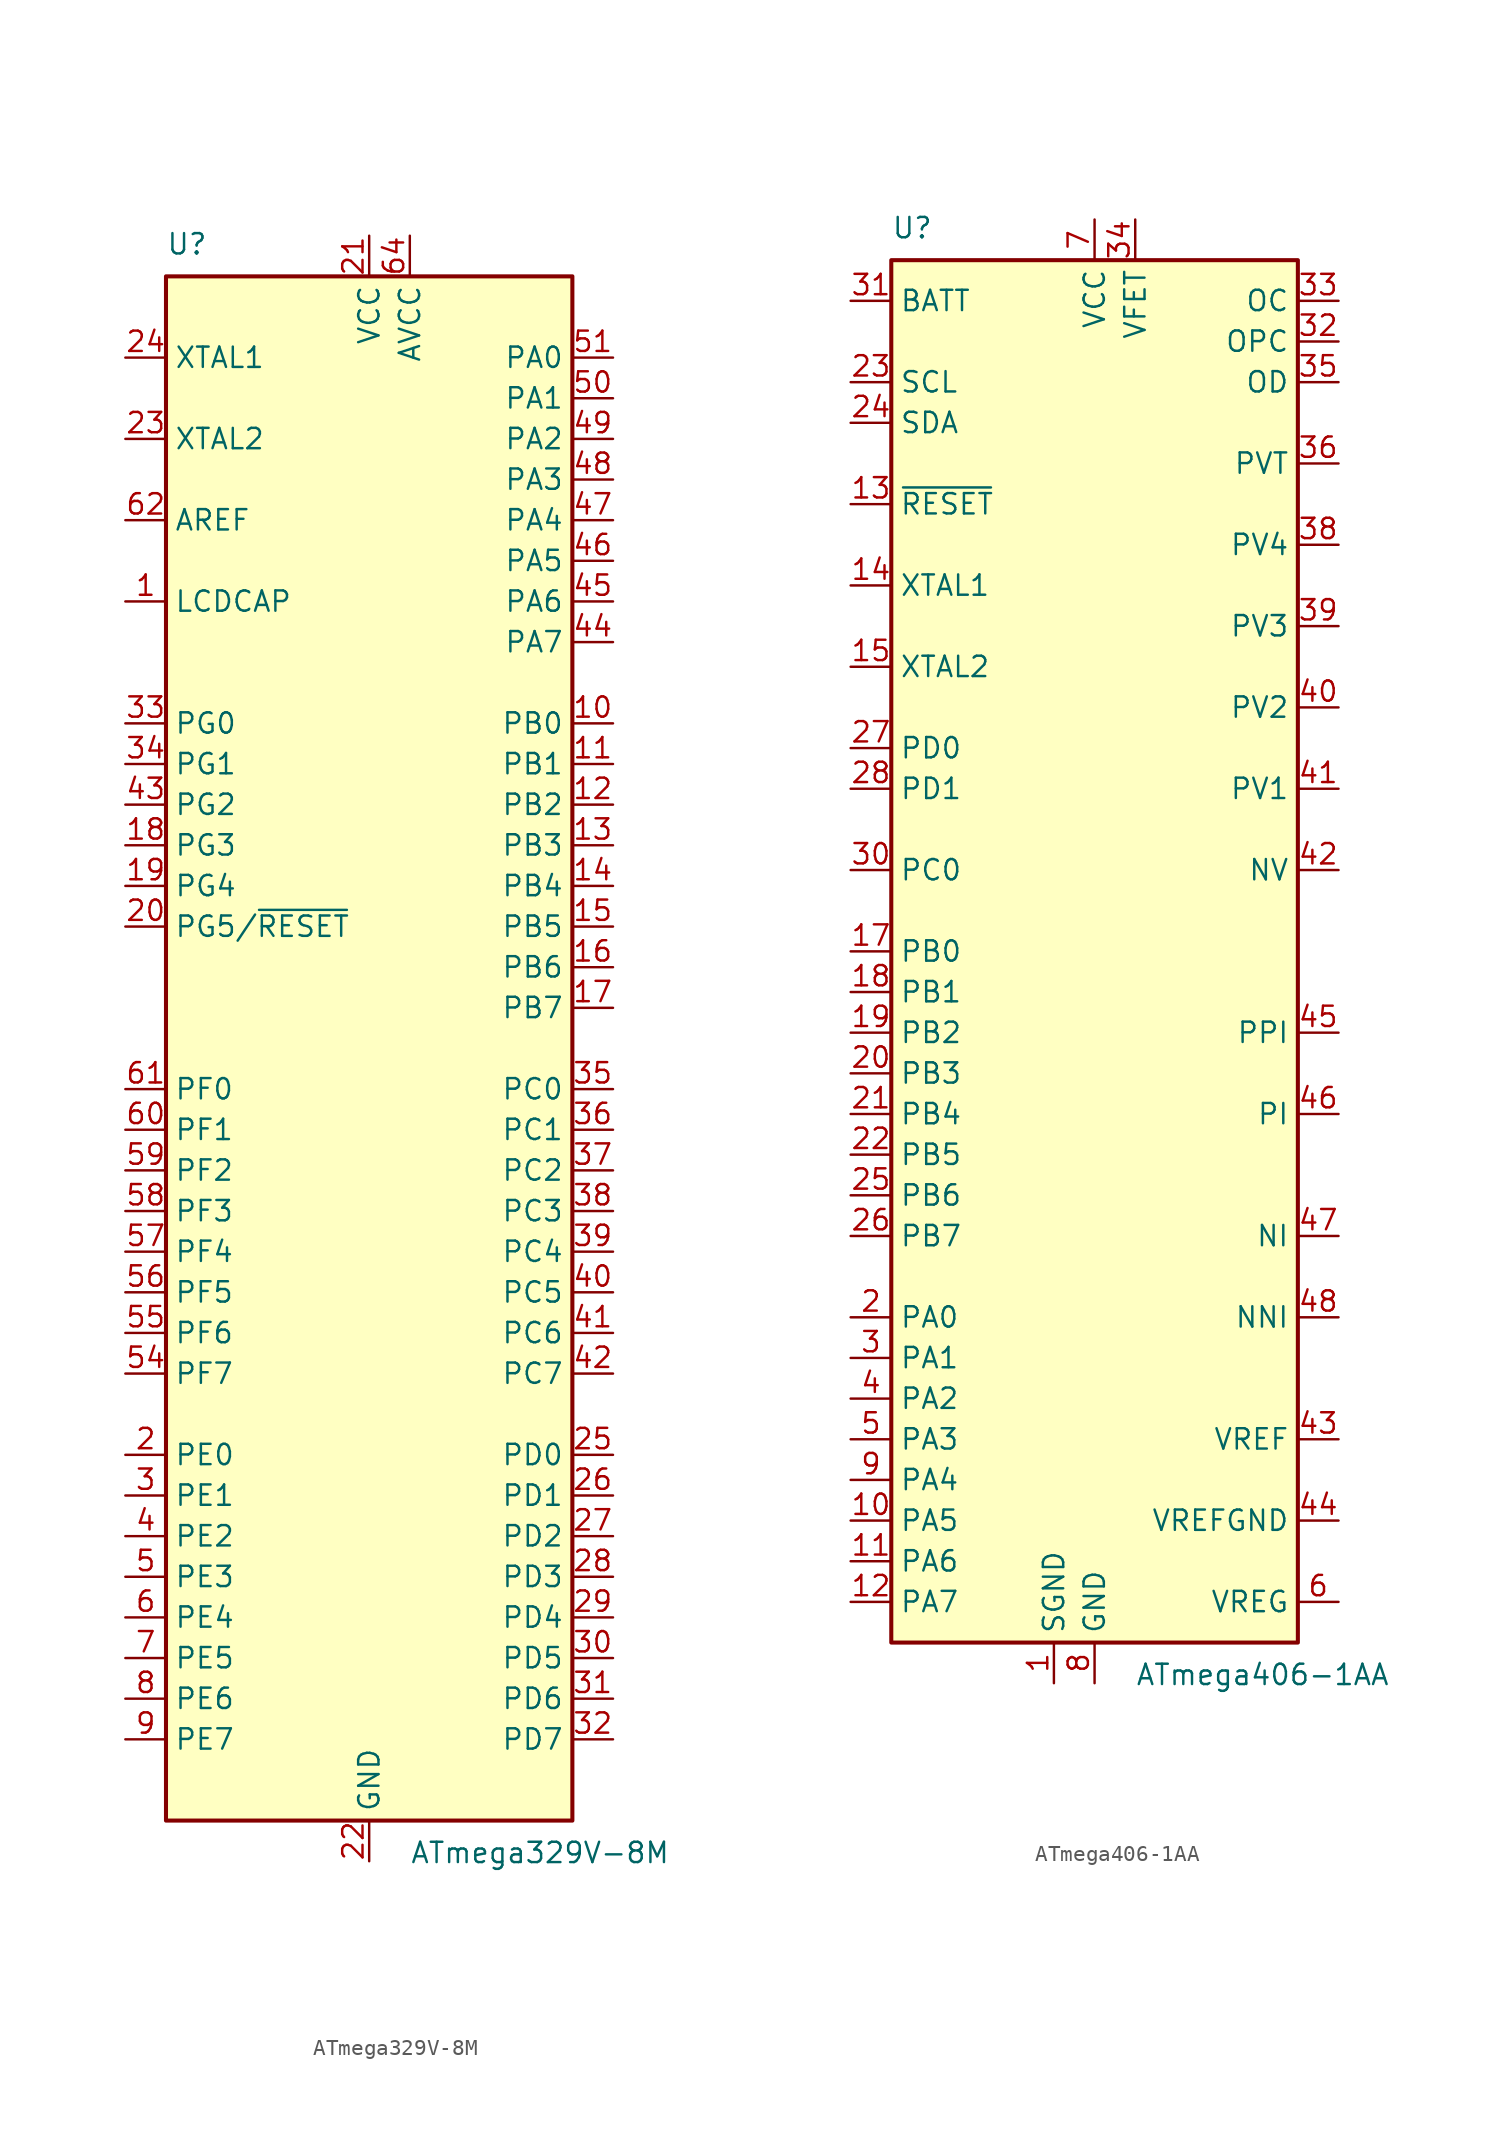
<source format=kicad_sym>
(kicad_symbol_lib
  (version 20241209)
  (generator "kicad_symbol_editor")
  (generator_version "9.0")
  (symbol "ATmega329V-8M"
    (property "Reference" "U"
      (at -12.7 49.53 0)
      (effects (font (size 1.27 1.27)) (justify left bottom)))
    (property "Value" "ATmega329V-8M"
      (at 2.54 -49.53 0)
      (effects (font (size 1.27 1.27)) (justify left top)))
    (symbol "ATmega329V-8M_0_1"
      (rectangle (start -12.7 -48.26) (end 12.7 48.26) (stroke (width 0.254) (type default)) (fill (type background))))
    (symbol "ATmega329V-8M_1_1"
      (pin input line (at -15.24 43.18 0) (length 2.54) (name "XTAL1" (effects (font (size 1.27 1.27)))) (number "24" (effects (font (size 1.27 1.27)))))
      (pin output line (at -15.24 38.1 0) (length 2.54) (name "XTAL2" (effects (font (size 1.27 1.27)))) (number "23" (effects (font (size 1.27 1.27)))))
      (pin passive line (at -15.24 33.02 0) (length 2.54) (name "AREF" (effects (font (size 1.27 1.27)))) (number "62" (effects (font (size 1.27 1.27)))))
      (pin passive line (at -15.24 27.94 0) (length 2.54) (name "LCDCAP" (effects (font (size 1.27 1.27)))) (number "1" (effects (font (size 1.27 1.27)))))
      (pin bidirectional line (at -15.24 20.32 0) (length 2.54) (name "PG0" (effects (font (size 1.27 1.27)))) (number "33" (effects (font (size 1.27 1.27)))))
      (pin bidirectional line (at -15.24 17.78 0) (length 2.54) (name "PG1" (effects (font (size 1.27 1.27)))) (number "34" (effects (font (size 1.27 1.27)))))
      (pin bidirectional line (at -15.24 15.24 0) (length 2.54) (name "PG2" (effects (font (size 1.27 1.27)))) (number "43" (effects (font (size 1.27 1.27)))))
      (pin bidirectional line (at -15.24 12.7 0) (length 2.54) (name "PG3" (effects (font (size 1.27 1.27)))) (number "18" (effects (font (size 1.27 1.27)))))
      (pin bidirectional line (at -15.24 10.16 0) (length 2.54) (name "PG4" (effects (font (size 1.27 1.27)))) (number "19" (effects (font (size 1.27 1.27)))))
      (pin bidirectional line (at -15.24 7.62 0) (length 2.54) (name "PG5/~{RESET}" (effects (font (size 1.27 1.27)))) (number "20" (effects (font (size 1.27 1.27)))))
      (pin bidirectional line (at -15.24 -2.54 0) (length 2.54) (name "PF0" (effects (font (size 1.27 1.27)))) (number "61" (effects (font (size 1.27 1.27)))))
      (pin bidirectional line (at -15.24 -5.08 0) (length 2.54) (name "PF1" (effects (font (size 1.27 1.27)))) (number "60" (effects (font (size 1.27 1.27)))))
      (pin bidirectional line (at -15.24 -7.62 0) (length 2.54) (name "PF2" (effects (font (size 1.27 1.27)))) (number "59" (effects (font (size 1.27 1.27)))))
      (pin bidirectional line (at -15.24 -10.16 0) (length 2.54) (name "PF3" (effects (font (size 1.27 1.27)))) (number "58" (effects (font (size 1.27 1.27)))))
      (pin bidirectional line (at -15.24 -12.7 0) (length 2.54) (name "PF4" (effects (font (size 1.27 1.27)))) (number "57" (effects (font (size 1.27 1.27)))))
      (pin bidirectional line (at -15.24 -15.24 0) (length 2.54) (name "PF5" (effects (font (size 1.27 1.27)))) (number "56" (effects (font (size 1.27 1.27)))))
      (pin bidirectional line (at -15.24 -17.78 0) (length 2.54) (name "PF6" (effects (font (size 1.27 1.27)))) (number "55" (effects (font (size 1.27 1.27)))))
      (pin bidirectional line (at -15.24 -20.32 0) (length 2.54) (name "PF7" (effects (font (size 1.27 1.27)))) (number "54" (effects (font (size 1.27 1.27)))))
      (pin bidirectional line (at -15.24 -25.4 0) (length 2.54) (name "PE0" (effects (font (size 1.27 1.27)))) (number "2" (effects (font (size 1.27 1.27)))))
      (pin bidirectional line (at -15.24 -27.94 0) (length 2.54) (name "PE1" (effects (font (size 1.27 1.27)))) (number "3" (effects (font (size 1.27 1.27)))))
      (pin bidirectional line (at -15.24 -30.48 0) (length 2.54) (name "PE2" (effects (font (size 1.27 1.27)))) (number "4" (effects (font (size 1.27 1.27)))))
      (pin bidirectional line (at -15.24 -33.02 0) (length 2.54) (name "PE3" (effects (font (size 1.27 1.27)))) (number "5" (effects (font (size 1.27 1.27)))))
      (pin bidirectional line (at -15.24 -35.56 0) (length 2.54) (name "PE4" (effects (font (size 1.27 1.27)))) (number "6" (effects (font (size 1.27 1.27)))))
      (pin bidirectional line (at -15.24 -38.1 0) (length 2.54) (name "PE5" (effects (font (size 1.27 1.27)))) (number "7" (effects (font (size 1.27 1.27)))))
      (pin bidirectional line (at -15.24 -40.64 0) (length 2.54) (name "PE6" (effects (font (size 1.27 1.27)))) (number "8" (effects (font (size 1.27 1.27)))))
      (pin bidirectional line (at -15.24 -43.18 0) (length 2.54) (name "PE7" (effects (font (size 1.27 1.27)))) (number "9" (effects (font (size 1.27 1.27)))))
      (pin power_in line (at 0 50.8 270) (length 2.54) (name "VCC" (effects (font (size 1.27 1.27)))) (number "21" (effects (font (size 1.27 1.27)))))
      (pin passive line (at 0 50.8 270) (length 2.54) (hide yes) (name "VCC" (effects (font (size 1.27 1.27)))) (number "52" (effects (font (size 1.27 1.27)))))
      (pin power_in line (at 0 -50.8 90) (length 2.54) (name "GND" (effects (font (size 1.27 1.27)))) (number "22" (effects (font (size 1.27 1.27)))))
      (pin passive line (at 0 -50.8 90) (length 2.54) (hide yes) (name "GND" (effects (font (size 1.27 1.27)))) (number "53" (effects (font (size 1.27 1.27)))))
      (pin passive line (at 0 -50.8 90) (length 2.54) (hide yes) (name "GND" (effects (font (size 1.27 1.27)))) (number "63" (effects (font (size 1.27 1.27)))))
      (pin passive line (at 0 -50.8 90) (length 2.54) (hide yes) (name "GND" (effects (font (size 1.27 1.27)))) (number "65" (effects (font (size 1.27 1.27)))))
      (pin power_in line (at 2.54 50.8 270) (length 2.54) (name "AVCC" (effects (font (size 1.27 1.27)))) (number "64" (effects (font (size 1.27 1.27)))))
      (pin bidirectional line (at 15.24 43.18 180) (length 2.54) (name "PA0" (effects (font (size 1.27 1.27)))) (number "51" (effects (font (size 1.27 1.27)))))
      (pin bidirectional line (at 15.24 40.64 180) (length 2.54) (name "PA1" (effects (font (size 1.27 1.27)))) (number "50" (effects (font (size 1.27 1.27)))))
      (pin bidirectional line (at 15.24 38.1 180) (length 2.54) (name "PA2" (effects (font (size 1.27 1.27)))) (number "49" (effects (font (size 1.27 1.27)))))
      (pin bidirectional line (at 15.24 35.56 180) (length 2.54) (name "PA3" (effects (font (size 1.27 1.27)))) (number "48" (effects (font (size 1.27 1.27)))))
      (pin bidirectional line (at 15.24 33.02 180) (length 2.54) (name "PA4" (effects (font (size 1.27 1.27)))) (number "47" (effects (font (size 1.27 1.27)))))
      (pin bidirectional line (at 15.24 30.48 180) (length 2.54) (name "PA5" (effects (font (size 1.27 1.27)))) (number "46" (effects (font (size 1.27 1.27)))))
      (pin bidirectional line (at 15.24 27.94 180) (length 2.54) (name "PA6" (effects (font (size 1.27 1.27)))) (number "45" (effects (font (size 1.27 1.27)))))
      (pin bidirectional line (at 15.24 25.4 180) (length 2.54) (name "PA7" (effects (font (size 1.27 1.27)))) (number "44" (effects (font (size 1.27 1.27)))))
      (pin bidirectional line (at 15.24 20.32 180) (length 2.54) (name "PB0" (effects (font (size 1.27 1.27)))) (number "10" (effects (font (size 1.27 1.27)))))
      (pin bidirectional line (at 15.24 17.78 180) (length 2.54) (name "PB1" (effects (font (size 1.27 1.27)))) (number "11" (effects (font (size 1.27 1.27)))))
      (pin bidirectional line (at 15.24 15.24 180) (length 2.54) (name "PB2" (effects (font (size 1.27 1.27)))) (number "12" (effects (font (size 1.27 1.27)))))
      (pin bidirectional line (at 15.24 12.7 180) (length 2.54) (name "PB3" (effects (font (size 1.27 1.27)))) (number "13" (effects (font (size 1.27 1.27)))))
      (pin bidirectional line (at 15.24 10.16 180) (length 2.54) (name "PB4" (effects (font (size 1.27 1.27)))) (number "14" (effects (font (size 1.27 1.27)))))
      (pin bidirectional line (at 15.24 7.62 180) (length 2.54) (name "PB5" (effects (font (size 1.27 1.27)))) (number "15" (effects (font (size 1.27 1.27)))))
      (pin bidirectional line (at 15.24 5.08 180) (length 2.54) (name "PB6" (effects (font (size 1.27 1.27)))) (number "16" (effects (font (size 1.27 1.27)))))
      (pin bidirectional line (at 15.24 2.54 180) (length 2.54) (name "PB7" (effects (font (size 1.27 1.27)))) (number "17" (effects (font (size 1.27 1.27)))))
      (pin bidirectional line (at 15.24 -2.54 180) (length 2.54) (name "PC0" (effects (font (size 1.27 1.27)))) (number "35" (effects (font (size 1.27 1.27)))))
      (pin bidirectional line (at 15.24 -5.08 180) (length 2.54) (name "PC1" (effects (font (size 1.27 1.27)))) (number "36" (effects (font (size 1.27 1.27)))))
      (pin bidirectional line (at 15.24 -7.62 180) (length 2.54) (name "PC2" (effects (font (size 1.27 1.27)))) (number "37" (effects (font (size 1.27 1.27)))))
      (pin bidirectional line (at 15.24 -10.16 180) (length 2.54) (name "PC3" (effects (font (size 1.27 1.27)))) (number "38" (effects (font (size 1.27 1.27)))))
      (pin bidirectional line (at 15.24 -12.7 180) (length 2.54) (name "PC4" (effects (font (size 1.27 1.27)))) (number "39" (effects (font (size 1.27 1.27)))))
      (pin bidirectional line (at 15.24 -15.24 180) (length 2.54) (name "PC5" (effects (font (size 1.27 1.27)))) (number "40" (effects (font (size 1.27 1.27)))))
      (pin bidirectional line (at 15.24 -17.78 180) (length 2.54) (name "PC6" (effects (font (size 1.27 1.27)))) (number "41" (effects (font (size 1.27 1.27)))))
      (pin bidirectional line (at 15.24 -20.32 180) (length 2.54) (name "PC7" (effects (font (size 1.27 1.27)))) (number "42" (effects (font (size 1.27 1.27)))))
      (pin bidirectional line (at 15.24 -25.4 180) (length 2.54) (name "PD0" (effects (font (size 1.27 1.27)))) (number "25" (effects (font (size 1.27 1.27)))))
      (pin bidirectional line (at 15.24 -27.94 180) (length 2.54) (name "PD1" (effects (font (size 1.27 1.27)))) (number "26" (effects (font (size 1.27 1.27)))))
      (pin bidirectional line (at 15.24 -30.48 180) (length 2.54) (name "PD2" (effects (font (size 1.27 1.27)))) (number "27" (effects (font (size 1.27 1.27)))))
      (pin bidirectional line (at 15.24 -33.02 180) (length 2.54) (name "PD3" (effects (font (size 1.27 1.27)))) (number "28" (effects (font (size 1.27 1.27)))))
      (pin bidirectional line (at 15.24 -35.56 180) (length 2.54) (name "PD4" (effects (font (size 1.27 1.27)))) (number "29" (effects (font (size 1.27 1.27)))))
      (pin bidirectional line (at 15.24 -38.1 180) (length 2.54) (name "PD5" (effects (font (size 1.27 1.27)))) (number "30" (effects (font (size 1.27 1.27)))))
      (pin bidirectional line (at 15.24 -40.64 180) (length 2.54) (name "PD6" (effects (font (size 1.27 1.27)))) (number "31" (effects (font (size 1.27 1.27)))))
      (pin bidirectional line (at 15.24 -43.18 180) (length 2.54) (name "PD7" (effects (font (size 1.27 1.27)))) (number "32" (effects (font (size 1.27 1.27)))))))
  (symbol "ATmega406-1AA"
    (property "Reference" "U"
      (at -12.7 44.45 0)
      (effects (font (size 1.27 1.27)) (justify left bottom)))
    (property "Value" "ATmega406-1AA"
      (at 2.54 -44.45 0)
      (effects (font (size 1.27 1.27)) (justify left top)))
    (symbol "ATmega406-1AA_1_1"
      (rectangle (start -12.7 43.18) (end 12.7 -43.18) (stroke (width 0.254) (type default)) (fill (type background)))
      (pin input line (at -15.24 40.64 0) (length 2.54) (name "BATT" (effects (font (size 1.27 1.27)))) (number "31" (effects (font (size 1.27 1.27)))))
      (pin input line (at -15.24 35.56 0) (length 2.54) (name "SCL" (effects (font (size 1.27 1.27)))) (number "23" (effects (font (size 1.27 1.27)))))
      (pin bidirectional line (at -15.24 33.02 0) (length 2.54) (name "SDA" (effects (font (size 1.27 1.27)))) (number "24" (effects (font (size 1.27 1.27)))))
      (pin input line (at -15.24 27.94 0) (length 2.54) (name "~{RESET}" (effects (font (size 1.27 1.27)))) (number "13" (effects (font (size 1.27 1.27)))))
      (pin input line (at -15.24 22.86 0) (length 2.54) (name "XTAL1" (effects (font (size 1.27 1.27)))) (number "14" (effects (font (size 1.27 1.27)))))
      (pin output line (at -15.24 17.78 0) (length 2.54) (name "XTAL2" (effects (font (size 1.27 1.27)))) (number "15" (effects (font (size 1.27 1.27)))))
      (pin bidirectional line (at -15.24 12.7 0) (length 2.54) (name "PD0" (effects (font (size 1.27 1.27)))) (number "27" (effects (font (size 1.27 1.27)))))
      (pin bidirectional line (at -15.24 10.16 0) (length 2.54) (name "PD1" (effects (font (size 1.27 1.27)))) (number "28" (effects (font (size 1.27 1.27)))))
      (pin open_collector line (at -15.24 5.08 0) (length 2.54) (name "PC0" (effects (font (size 1.27 1.27)))) (number "30" (effects (font (size 1.27 1.27)))))
      (pin bidirectional line (at -15.24 0 0) (length 2.54) (name "PB0" (effects (font (size 1.27 1.27)))) (number "17" (effects (font (size 1.27 1.27)))))
      (pin bidirectional line (at -15.24 -2.54 0) (length 2.54) (name "PB1" (effects (font (size 1.27 1.27)))) (number "18" (effects (font (size 1.27 1.27)))))
      (pin bidirectional line (at -15.24 -5.08 0) (length 2.54) (name "PB2" (effects (font (size 1.27 1.27)))) (number "19" (effects (font (size 1.27 1.27)))))
      (pin bidirectional line (at -15.24 -7.62 0) (length 2.54) (name "PB3" (effects (font (size 1.27 1.27)))) (number "20" (effects (font (size 1.27 1.27)))))
      (pin bidirectional line (at -15.24 -10.16 0) (length 2.54) (name "PB4" (effects (font (size 1.27 1.27)))) (number "21" (effects (font (size 1.27 1.27)))))
      (pin bidirectional line (at -15.24 -12.7 0) (length 2.54) (name "PB5" (effects (font (size 1.27 1.27)))) (number "22" (effects (font (size 1.27 1.27)))))
      (pin bidirectional line (at -15.24 -15.24 0) (length 2.54) (name "PB6" (effects (font (size 1.27 1.27)))) (number "25" (effects (font (size 1.27 1.27)))))
      (pin bidirectional line (at -15.24 -17.78 0) (length 2.54) (name "PB7" (effects (font (size 1.27 1.27)))) (number "26" (effects (font (size 1.27 1.27)))))
      (pin bidirectional line (at -15.24 -22.86 0) (length 2.54) (name "PA0" (effects (font (size 1.27 1.27)))) (number "2" (effects (font (size 1.27 1.27)))))
      (pin bidirectional line (at -15.24 -25.4 0) (length 2.54) (name "PA1" (effects (font (size 1.27 1.27)))) (number "3" (effects (font (size 1.27 1.27)))))
      (pin bidirectional line (at -15.24 -27.94 0) (length 2.54) (name "PA2" (effects (font (size 1.27 1.27)))) (number "4" (effects (font (size 1.27 1.27)))))
      (pin bidirectional line (at -15.24 -30.48 0) (length 2.54) (name "PA3" (effects (font (size 1.27 1.27)))) (number "5" (effects (font (size 1.27 1.27)))))
      (pin bidirectional line (at -15.24 -33.02 0) (length 2.54) (name "PA4" (effects (font (size 1.27 1.27)))) (number "9" (effects (font (size 1.27 1.27)))))
      (pin bidirectional line (at -15.24 -35.56 0) (length 2.54) (name "PA5" (effects (font (size 1.27 1.27)))) (number "10" (effects (font (size 1.27 1.27)))))
      (pin bidirectional line (at -15.24 -38.1 0) (length 2.54) (name "PA6" (effects (font (size 1.27 1.27)))) (number "11" (effects (font (size 1.27 1.27)))))
      (pin bidirectional line (at -15.24 -40.64 0) (length 2.54) (name "PA7" (effects (font (size 1.27 1.27)))) (number "12" (effects (font (size 1.27 1.27)))))
      (pin power_in line (at -2.54 -45.72 90) (length 2.54) (name "SGND" (effects (font (size 1.27 1.27)))) (number "1" (effects (font (size 1.27 1.27)))))
      (pin power_in line (at 0 45.72 270) (length 2.54) (name "VCC" (effects (font (size 1.27 1.27)))) (number "7" (effects (font (size 1.27 1.27)))))
      (pin passive line (at 0 -45.72 90) (length 2.54) (hide yes) (name "GND" (effects (font (size 1.27 1.27)))) (number "16" (effects (font (size 1.27 1.27)))))
      (pin passive line (at 0 -45.72 90) (length 2.54) (hide yes) (name "GND" (effects (font (size 1.27 1.27)))) (number "29" (effects (font (size 1.27 1.27)))))
      (pin passive line (at 0 -45.72 90) (length 2.54) (hide yes) (name "GND" (effects (font (size 1.27 1.27)))) (number "37" (effects (font (size 1.27 1.27)))))
      (pin power_in line (at 0 -45.72 90) (length 2.54) (name "GND" (effects (font (size 1.27 1.27)))) (number "8" (effects (font (size 1.27 1.27)))))
      (pin power_in line (at 2.54 45.72 270) (length 2.54) (name "VFET" (effects (font (size 1.27 1.27)))) (number "34" (effects (font (size 1.27 1.27)))))
      (pin output line (at 15.24 40.64 180) (length 2.54) (name "OC" (effects (font (size 1.27 1.27)))) (number "33" (effects (font (size 1.27 1.27)))))
      (pin output line (at 15.24 38.1 180) (length 2.54) (name "OPC" (effects (font (size 1.27 1.27)))) (number "32" (effects (font (size 1.27 1.27)))))
      (pin output line (at 15.24 35.56 180) (length 2.54) (name "OD" (effects (font (size 1.27 1.27)))) (number "35" (effects (font (size 1.27 1.27)))))
      (pin input line (at 15.24 30.48 180) (length 2.54) (name "PVT" (effects (font (size 1.27 1.27)))) (number "36" (effects (font (size 1.27 1.27)))))
      (pin input line (at 15.24 25.4 180) (length 2.54) (name "PV4" (effects (font (size 1.27 1.27)))) (number "38" (effects (font (size 1.27 1.27)))))
      (pin input line (at 15.24 20.32 180) (length 2.54) (name "PV3" (effects (font (size 1.27 1.27)))) (number "39" (effects (font (size 1.27 1.27)))))
      (pin input line (at 15.24 15.24 180) (length 2.54) (name "PV2" (effects (font (size 1.27 1.27)))) (number "40" (effects (font (size 1.27 1.27)))))
      (pin input line (at 15.24 10.16 180) (length 2.54) (name "PV1" (effects (font (size 1.27 1.27)))) (number "41" (effects (font (size 1.27 1.27)))))
      (pin input line (at 15.24 5.08 180) (length 2.54) (name "NV" (effects (font (size 1.27 1.27)))) (number "42" (effects (font (size 1.27 1.27)))))
      (pin input line (at 15.24 -5.08 180) (length 2.54) (name "PPI" (effects (font (size 1.27 1.27)))) (number "45" (effects (font (size 1.27 1.27)))))
      (pin input line (at 15.24 -10.16 180) (length 2.54) (name "PI" (effects (font (size 1.27 1.27)))) (number "46" (effects (font (size 1.27 1.27)))))
      (pin input line (at 15.24 -17.78 180) (length 2.54) (name "NI" (effects (font (size 1.27 1.27)))) (number "47" (effects (font (size 1.27 1.27)))))
      (pin input line (at 15.24 -22.86 180) (length 2.54) (name "NNI" (effects (font (size 1.27 1.27)))) (number "48" (effects (font (size 1.27 1.27)))))
      (pin passive line (at 15.24 -30.48 180) (length 2.54) (name "VREF" (effects (font (size 1.27 1.27)))) (number "43" (effects (font (size 1.27 1.27)))))
      (pin passive line (at 15.24 -35.56 180) (length 2.54) (name "VREFGND" (effects (font (size 1.27 1.27)))) (number "44" (effects (font (size 1.27 1.27)))))
      (pin power_out line (at 15.24 -40.64 180) (length 2.54) (name "VREG" (effects (font (size 1.27 1.27)))) (number "6" (effects (font (size 1.27 1.27))))))))
</source>
